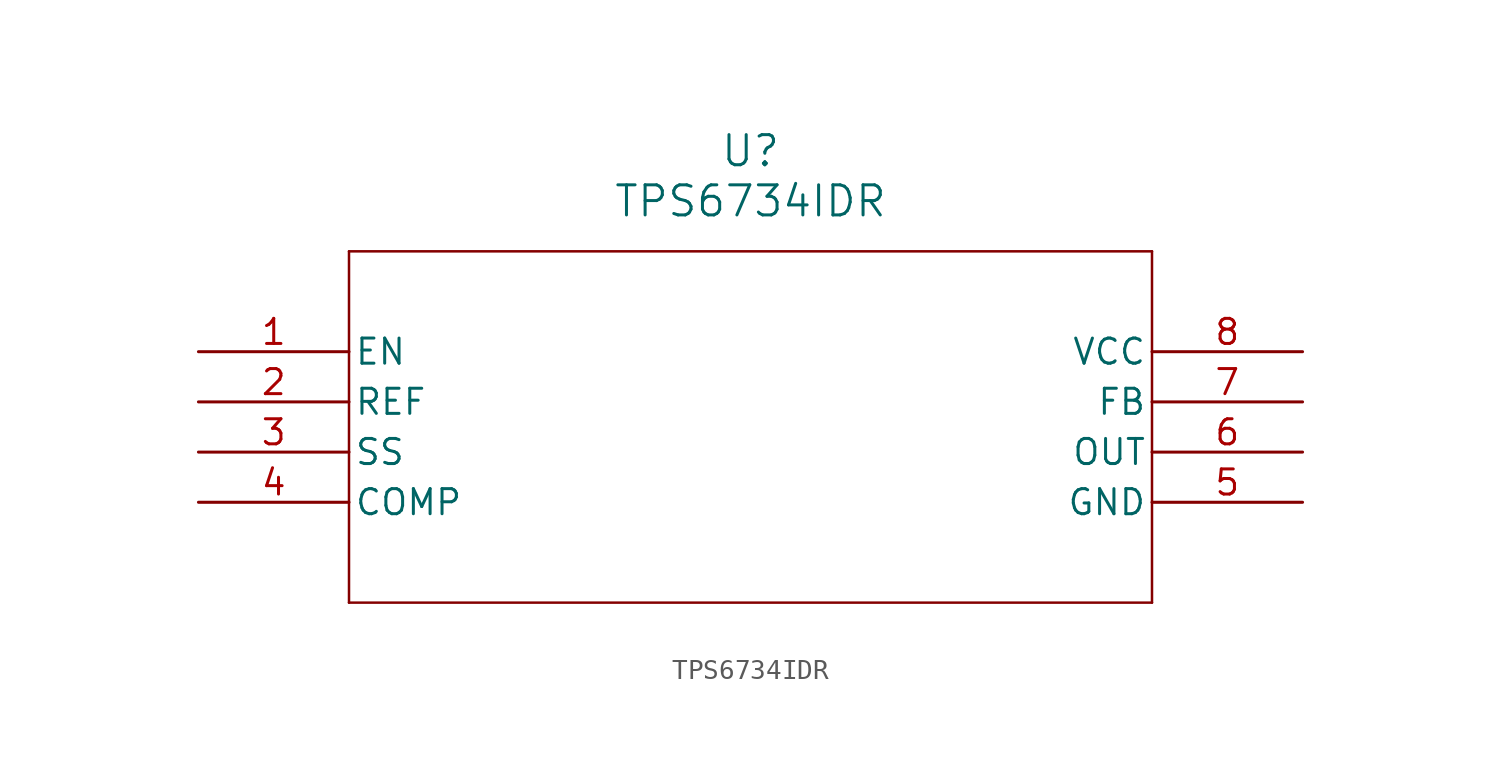
<source format=kicad_sym>
(kicad_symbol_lib
  (version 20211014)
  (generator kicad_symbol_editor)
  (symbol "TPS6734IDR"
    (pin_names
      (offset 0.254))
    (property "Reference" "U"
      (at 27.94 10.16 0)
      (effects (font (size 1.524 1.524))))
    (property "Value" "TPS6734IDR"
      (at 27.94 7.62 0)
      (effects (font (size 1.524 1.524))))
    (symbol "TPS6734IDR_0_1"
      (polyline (pts (xy 7.62 5.08) (xy 7.62 -12.7)) (stroke (width 0.127) (type default) (color 0 0 0 0)) (fill (type none)))
      (polyline (pts (xy 7.62 -12.7) (xy 48.26 -12.7)) (stroke (width 0.127) (type default) (color 0 0 0 0)) (fill (type none)))
      (polyline (pts (xy 48.26 -12.7) (xy 48.26 5.08)) (stroke (width 0.127) (type default) (color 0 0 0 0)) (fill (type none)))
      (polyline (pts (xy 48.26 5.08) (xy 7.62 5.08)) (stroke (width 0.127) (type default) (color 0 0 0 0)) (fill (type none)))
      (pin input line (at 0 0 0) (length 7.62) (name "EN" (effects (font (size 1.27 1.27)))) (number "1" (effects (font (size 1.27 1.27)))))
      (pin output line (at 0 -2.54 0) (length 7.62) (name "REF" (effects (font (size 1.27 1.27)))) (number "2" (effects (font (size 1.27 1.27)))))
      (pin unspecified line (at 0 -5.08 0) (length 7.62) (name "SS" (effects (font (size 1.27 1.27)))) (number "3" (effects (font (size 1.27 1.27)))))
      (pin input line (at 0 -7.62 0) (length 7.62) (name "COMP" (effects (font (size 1.27 1.27)))) (number "4" (effects (font (size 1.27 1.27)))))
      (pin power_in line (at 55.88 -7.62 180) (length 7.62) (name "GND" (effects (font (size 1.27 1.27)))) (number "5" (effects (font (size 1.27 1.27)))))
      (pin output line (at 55.88 -5.08 180) (length 7.62) (name "OUT" (effects (font (size 1.27 1.27)))) (number "6" (effects (font (size 1.27 1.27)))))
      (pin unspecified line (at 55.88 -2.54 180) (length 7.62) (name "FB" (effects (font (size 1.27 1.27)))) (number "7" (effects (font (size 1.27 1.27)))))
      (pin power_in line (at 55.88 0 180) (length 7.62) (name "VCC" (effects (font (size 1.27 1.27)))) (number "8" (effects (font (size 1.27 1.27))))))))
</source>
